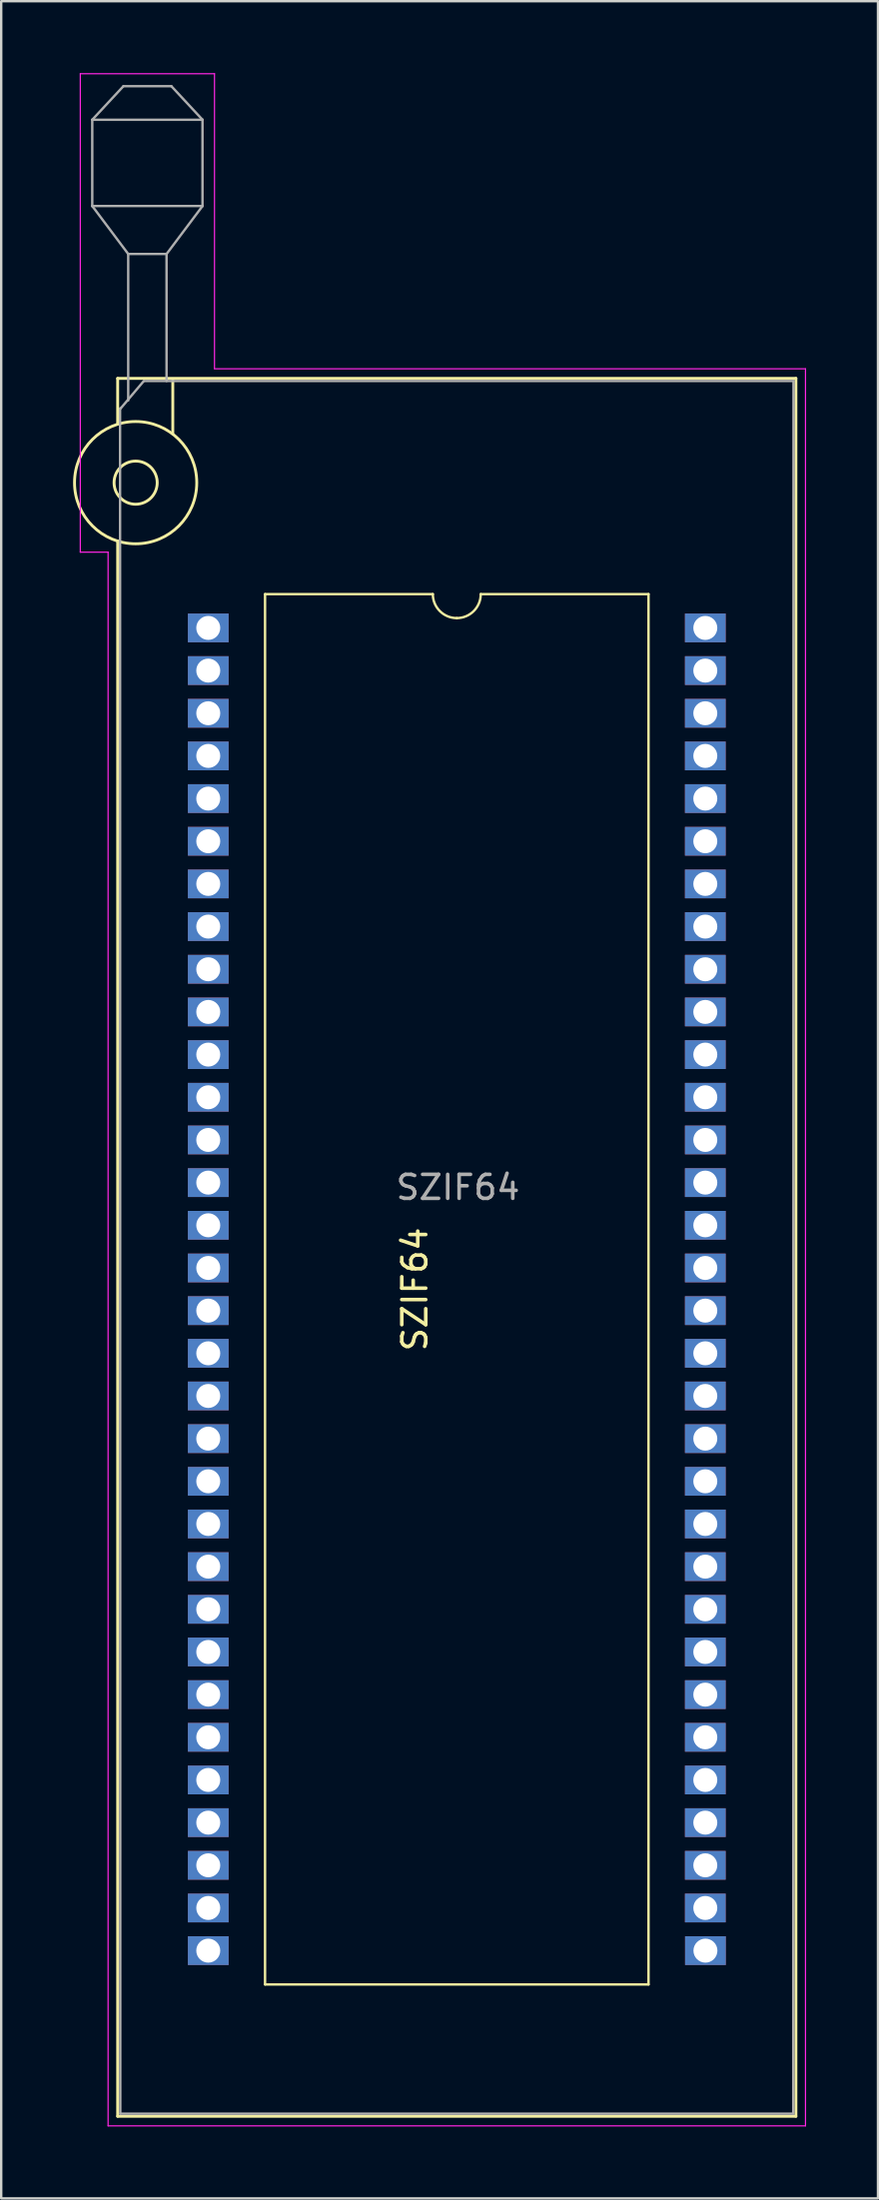
<source format=kicad_pcb>
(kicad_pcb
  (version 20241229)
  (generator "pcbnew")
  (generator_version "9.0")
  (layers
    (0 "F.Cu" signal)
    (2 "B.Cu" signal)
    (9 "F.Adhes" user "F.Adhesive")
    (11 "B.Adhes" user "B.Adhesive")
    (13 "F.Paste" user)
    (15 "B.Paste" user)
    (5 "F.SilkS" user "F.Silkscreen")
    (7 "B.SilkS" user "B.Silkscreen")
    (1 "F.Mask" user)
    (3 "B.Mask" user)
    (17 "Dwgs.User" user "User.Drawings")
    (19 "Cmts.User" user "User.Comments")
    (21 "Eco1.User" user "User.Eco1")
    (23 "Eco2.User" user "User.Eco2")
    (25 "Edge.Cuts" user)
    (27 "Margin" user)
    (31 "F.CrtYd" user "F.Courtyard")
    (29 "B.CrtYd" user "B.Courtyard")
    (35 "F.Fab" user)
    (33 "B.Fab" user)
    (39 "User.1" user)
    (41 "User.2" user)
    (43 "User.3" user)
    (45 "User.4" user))
  (footprint "SZIF64"
    (layer "F.Cu")
    (at 16.01 48.985)
    (property "Reference" "SZIF64" (at -1.75 1.75 270) (layer "F.SilkS") (effects (font (size 1 1) (thickness 0.15))))
    (attr through_hole)
    (fp_line (start -14.15 -36.25) (end -14.15 -34.39) (stroke (width 0.12) (type solid)) (layer "F.SilkS"))
    (fp_line (start -14.15 -36.25) (end 14.15 -36.25) (stroke (width 0.12) (type solid)) (layer "F.SilkS"))
    (fp_line (start -14.15 36.25) (end -14.15 -29.463) (stroke (width 0.12) (type solid)) (layer "F.SilkS"))
    (fp_line (start -11.85 -36.21) (end -11.85 -33.95) (stroke (width 0.12) (type solid)) (layer "F.SilkS"))
    (fp_line (start -8 -27.25) (end -8 30.75) (stroke (width 0.1) (type solid)) (layer "F.SilkS"))
    (fp_line (start -8 30.75) (end 8 30.75) (stroke (width 0.1) (type solid)) (layer "F.SilkS"))
    (fp_line (start -1 -27.25) (end -8 -27.25) (stroke (width 0.1) (type solid)) (layer "F.SilkS"))
    (fp_line (start 8 -27.25) (end 1 -27.25) (stroke (width 0.1) (type solid)) (layer "F.SilkS"))
    (fp_line (start 8 30.75) (end 8 -27.25) (stroke (width 0.1) (type solid)) (layer "F.SilkS"))
    (fp_line (start 14.15 -36.25) (end 14.15 36.25) (stroke (width 0.12) (type solid)) (layer "F.SilkS"))
    (fp_line (start 14.15 36.25) (end -14.15 36.25) (stroke (width 0.12) (type solid)) (layer "F.SilkS"))
    (fp_arc (start 0 -26.25) (mid -0.707107 -26.542893) (end -1 -27.25) (stroke (width 0.1) (type solid)) (layer "F.SilkS"))
    (fp_arc (start 1 -27.25) (mid 0.707107 -26.542893) (end 0 -26.25) (stroke (width 0.1) (type solid)) (layer "F.SilkS"))
    (fp_circle (center -13.4 -31.9) (end -12.5 -31.9) (stroke (width 0.12) (type solid)) (fill no) (layer "F.SilkS"))
    (fp_circle (center -13.4 -31.9) (end -10.85 -31.9) (stroke (width 0.12) (type solid)) (fill no) (layer "F.SilkS"))
    (fp_line (start -15.71 -48.96) (end -10.11 -48.96) (stroke (width 0.05) (type solid)) (layer "F.CrtYd"))
    (fp_line (start -15.71 -29) (end -15.71 -48.96) (stroke (width 0.05) (type solid)) (layer "F.CrtYd"))
    (fp_line (start -15.71 -29) (end -14.55 -29) (stroke (width 0.05) (type solid)) (layer "F.CrtYd"))
    (fp_line (start -14.55 36.65) (end -14.55 -29) (stroke (width 0.05) (type solid)) (layer "F.CrtYd"))
    (fp_line (start -10.11 -48.96) (end -10.11 -36.66) (stroke (width 0.05) (type solid)) (layer "F.CrtYd"))
    (fp_line (start -10.11 -36.65) (end 14.55 -36.65) (stroke (width 0.05) (type solid)) (layer "F.CrtYd"))
    (fp_line (start 14.55 36.65) (end -14.55 36.65) (stroke (width 0.05) (type solid)) (layer "F.CrtYd"))
    (fp_line (start 14.55 36.65) (end 14.55 -36.65) (stroke (width 0.05) (type solid)) (layer "F.CrtYd"))
    (fp_line (start -15.21 -47.04) (end -15.21 -43.44) (stroke (width 0.1) (type solid)) (layer "F.Fab"))
    (fp_line (start -15.21 -47.04) (end -13.91 -48.44) (stroke (width 0.1) (type solid)) (layer "F.Fab"))
    (fp_line (start -15.21 -43.44) (end -13.71 -41.44) (stroke (width 0.1) (type solid)) (layer "F.Fab"))
    (fp_line (start -15.21 -43.44) (end -10.61 -43.44) (stroke (width 0.1) (type solid)) (layer "F.Fab"))
    (fp_line (start -14.04 -34.98) (end -13.06 -36.14) (stroke (width 0.1) (type solid)) (layer "F.Fab"))
    (fp_line (start -14.04 36.14) (end -14.05 -35) (stroke (width 0.1) (type solid)) (layer "F.Fab"))
    (fp_line (start -13.91 -48.44) (end -11.91 -48.44) (stroke (width 0.1) (type solid)) (layer "F.Fab"))
    (fp_line (start -13.71 -41.44) (end -12.11 -41.44) (stroke (width 0.1) (type solid)) (layer "F.Fab"))
    (fp_line (start -13.71 -35.33) (end -13.71 -41.44) (stroke (width 0.1) (type solid)) (layer "F.Fab"))
    (fp_line (start -13.04 -36.14) (end 14.04 -36.14) (stroke (width 0.1) (type solid)) (layer "F.Fab"))
    (fp_line (start -12.11 -41.44) (end -12.11 -36.14) (stroke (width 0.1) (type solid)) (layer "F.Fab"))
    (fp_line (start -11.91 -48.44) (end -10.61 -47.04) (stroke (width 0.1) (type solid)) (layer "F.Fab"))
    (fp_line (start -10.61 -47.04) (end -15.21 -47.04) (stroke (width 0.1) (type solid)) (layer "F.Fab"))
    (fp_line (start -10.61 -43.44) (end -12.11 -41.44) (stroke (width 0.1) (type solid)) (layer "F.Fab"))
    (fp_line (start -10.61 -43.44) (end -10.61 -47.04) (stroke (width 0.1) (type solid)) (layer "F.Fab"))
    (fp_line (start 14.04 36.14) (end -14.04 36.14) (stroke (width 0.1) (type solid)) (layer "F.Fab"))
    (fp_line (start 14.05 -36.14) (end 14.04 36.14) (stroke (width 0.1) (type solid)) (layer "F.Fab"))
    (fp_text user "${REFERENCE}" (at 0.05 -2.5 0) (layer "F.Fab") (effects (font (size 1 1) (thickness 0.15))))
    (pad "1" thru_hole rect (at -10.37 -25.84 270) (size 1.2 1.7) (drill 1) (layers "*.Cu" "*.Mask"))
    (pad "2" thru_hole rect (at -10.37 -24.06 270) (size 1.2 1.7) (drill 1) (layers "*.Cu" "*.Mask"))
    (pad "3" thru_hole rect (at -10.37 -22.28 270) (size 1.2 1.7) (drill 1) (layers "*.Cu" "*.Mask"))
    (pad "4" thru_hole rect (at -10.37 -20.5 270) (size 1.2 1.7) (drill 1) (layers "*.Cu" "*.Mask"))
    (pad "5" thru_hole rect (at -10.37 -18.72 270) (size 1.2 1.7) (drill 1) (layers "*.Cu" "*.Mask"))
    (pad "6" thru_hole rect (at -10.37 -16.94 270) (size 1.2 1.7) (drill 1) (layers "*.Cu" "*.Mask"))
    (pad "7" thru_hole rect (at -10.37 -15.16 270) (size 1.2 1.7) (drill 1) (layers "*.Cu" "*.Mask"))
    (pad "8" thru_hole rect (at -10.37 -13.38 270) (size 1.2 1.7) (drill 1) (layers "*.Cu" "*.Mask"))
    (pad "9" thru_hole rect (at -10.37 -11.6 270) (size 1.2 1.7) (drill 1) (layers "*.Cu" "*.Mask"))
    (pad "10" thru_hole rect (at -10.37 -9.82 270) (size 1.2 1.7) (drill 1) (layers "*.Cu" "*.Mask"))
    (pad "11" thru_hole rect (at -10.37 -8.04 270) (size 1.2 1.7) (drill 1) (layers "*.Cu" "*.Mask"))
    (pad "12" thru_hole rect (at -10.37 -6.26 270) (size 1.2 1.7) (drill 1) (layers "*.Cu" "*.Mask"))
    (pad "13" thru_hole rect (at -10.37 -4.48 270) (size 1.2 1.7) (drill 1) (layers "*.Cu" "*.Mask"))
    (pad "14" thru_hole rect (at -10.37 -2.7 270) (size 1.2 1.7) (drill 1) (layers "*.Cu" "*.Mask"))
    (pad "15" thru_hole rect (at -10.37 -0.92 270) (size 1.2 1.7) (drill 1) (layers "*.Cu" "*.Mask"))
    (pad "16" thru_hole rect (at -10.37 0.86 270) (size 1.2 1.7) (drill 1) (layers "*.Cu" "*.Mask"))
    (pad "17" thru_hole rect (at -10.37 2.64 270) (size 1.2 1.7) (drill 1) (layers "*.Cu" "*.Mask"))
    (pad "18" thru_hole rect (at -10.37 4.42 270) (size 1.2 1.7) (drill 1) (layers "*.Cu" "*.Mask"))
    (pad "19" thru_hole rect (at -10.37 6.2 270) (size 1.2 1.7) (drill 1) (layers "*.Cu" "*.Mask"))
    (pad "20" thru_hole rect (at -10.37 7.98 270) (size 1.2 1.7) (drill 1) (layers "*.Cu" "*.Mask"))
    (pad "21" thru_hole rect (at -10.37 9.76 270) (size 1.2 1.7) (drill 1) (layers "*.Cu" "*.Mask"))
    (pad "22" thru_hole rect (at -10.37 11.54 270) (size 1.2 1.7) (drill 1) (layers "*.Cu" "*.Mask"))
    (pad "23" thru_hole rect (at -10.37 13.32 270) (size 1.2 1.7) (drill 1) (layers "*.Cu" "*.Mask"))
    (pad "24" thru_hole rect (at -10.37 15.1 270) (size 1.2 1.7) (drill 1) (layers "*.Cu" "*.Mask"))
    (pad "25" thru_hole rect (at -10.37 16.88 270) (size 1.2 1.7) (drill 1) (layers "*.Cu" "*.Mask"))
    (pad "26" thru_hole rect (at -10.37 18.66 270) (size 1.2 1.7) (drill 1) (layers "*.Cu" "*.Mask"))
    (pad "27" thru_hole rect (at -10.37 20.44 270) (size 1.2 1.7) (drill 1) (layers "*.Cu" "*.Mask"))
    (pad "28" thru_hole rect (at -10.37 22.22 270) (size 1.2 1.7) (drill 1) (layers "*.Cu" "*.Mask"))
    (pad "29" thru_hole rect (at -10.37 24 270) (size 1.2 1.7) (drill 1) (layers "*.Cu" "*.Mask"))
    (pad "30" thru_hole rect (at -10.37 25.78 270) (size 1.2 1.7) (drill 1) (layers "*.Cu" "*.Mask"))
    (pad "31" thru_hole rect (at -10.37 27.56 270) (size 1.2 1.7) (drill 1) (layers "*.Cu" "*.Mask"))
    (pad "32" thru_hole rect (at -10.37 29.34 270) (size 1.2 1.7) (drill 1) (layers "*.Cu" "*.Mask"))
    (pad "33" thru_hole rect (at 10.375 29.34 270) (size 1.2 1.7) (drill 1) (layers "*.Cu" "*.Mask"))
    (pad "34" thru_hole rect (at 10.37 27.56 270) (size 1.2 1.7) (drill 1) (layers "*.Cu" "*.Mask"))
    (pad "35" thru_hole rect (at 10.37 25.78 270) (size 1.2 1.7) (drill 1) (layers "*.Cu" "*.Mask"))
    (pad "36" thru_hole rect (at 10.37 24 270) (size 1.2 1.7) (drill 1) (layers "*.Cu" "*.Mask"))
    (pad "37" thru_hole rect (at 10.37 22.22 270) (size 1.2 1.7) (drill 1) (layers "*.Cu" "*.Mask"))
    (pad "38" thru_hole rect (at 10.37 20.44 270) (size 1.2 1.7) (drill 1) (layers "*.Cu" "*.Mask"))
    (pad "39" thru_hole rect (at 10.37 18.66 270) (size 1.2 1.7) (drill 1) (layers "*.Cu" "*.Mask"))
    (pad "40" thru_hole rect (at 10.37 16.88 270) (size 1.2 1.7) (drill 1) (layers "*.Cu" "*.Mask"))
    (pad "41" thru_hole rect (at 10.37 15.1 270) (size 1.2 1.7) (drill 1) (layers "*.Cu" "*.Mask"))
    (pad "42" thru_hole rect (at 10.37 13.32 270) (size 1.2 1.7) (drill 1) (layers "*.Cu" "*.Mask"))
    (pad "43" thru_hole rect (at 10.37 11.54 270) (size 1.2 1.7) (drill 1) (layers "*.Cu" "*.Mask"))
    (pad "44" thru_hole rect (at 10.37 9.76 270) (size 1.2 1.7) (drill 1) (layers "*.Cu" "*.Mask"))
    (pad "45" thru_hole rect (at 10.37 7.98 270) (size 1.2 1.7) (drill 1) (layers "*.Cu" "*.Mask"))
    (pad "46" thru_hole rect (at 10.37 6.2 270) (size 1.2 1.7) (drill 1) (layers "*.Cu" "*.Mask"))
    (pad "47" thru_hole rect (at 10.37 4.42 270) (size 1.2 1.7) (drill 1) (layers "*.Cu" "*.Mask"))
    (pad "48" thru_hole rect (at 10.37 2.64 270) (size 1.2 1.7) (drill 1) (layers "*.Cu" "*.Mask"))
    (pad "49" thru_hole rect (at 10.37 0.86 270) (size 1.2 1.7) (drill 1) (layers "*.Cu" "*.Mask"))
    (pad "50" thru_hole rect (at 10.37 -0.92 270) (size 1.2 1.7) (drill 1) (layers "*.Cu" "*.Mask"))
    (pad "51" thru_hole rect (at 10.37 -2.7 270) (size 1.2 1.7) (drill 1) (layers "*.Cu" "*.Mask"))
    (pad "52" thru_hole rect (at 10.37 -4.48 270) (size 1.2 1.7) (drill 1) (layers "*.Cu" "*.Mask"))
    (pad "53" thru_hole rect (at 10.37 -6.26 270) (size 1.2 1.7) (drill 1) (layers "*.Cu" "*.Mask"))
    (pad "54" thru_hole rect (at 10.37 -8.04 270) (size 1.2 1.7) (drill 1) (layers "*.Cu" "*.Mask"))
    (pad "55" thru_hole rect (at 10.37 -9.82 270) (size 1.2 1.7) (drill 1) (layers "*.Cu" "*.Mask"))
    (pad "56" thru_hole rect (at 10.37 -11.6 270) (size 1.2 1.7) (drill 1) (layers "*.Cu" "*.Mask"))
    (pad "57" thru_hole rect (at 10.37 -13.38 270) (size 1.2 1.7) (drill 1) (layers "*.Cu" "*.Mask"))
    (pad "58" thru_hole rect (at 10.37 -15.16 270) (size 1.2 1.7) (drill 1) (layers "*.Cu" "*.Mask"))
    (pad "59" thru_hole rect (at 10.37 -16.94 270) (size 1.2 1.7) (drill 1) (layers "*.Cu" "*.Mask"))
    (pad "60" thru_hole rect (at 10.37 -18.72 270) (size 1.2 1.7) (drill 1) (layers "*.Cu" "*.Mask"))
    (pad "61" thru_hole rect (at 10.37 -20.5 270) (size 1.2 1.7) (drill 1) (layers "*.Cu" "*.Mask"))
    (pad "62" thru_hole rect (at 10.37 -22.28 270) (size 1.2 1.7) (drill 1) (layers "*.Cu" "*.Mask"))
    (pad "63" thru_hole rect (at 10.37 -24.06 270) (size 1.2 1.7) (drill 1) (layers "*.Cu" "*.Mask"))
    (pad "64" thru_hole rect (at 10.37 -25.84 270) (size 1.2 1.7) (drill 1) (layers "*.Cu" "*.Mask")))
  (gr_rect
    (start -3 -3)
    (end 33.585 88.66)
    (stroke (width 0.1) (type default))
    (fill no)
    (layer "Edge.Cuts")))
</source>
